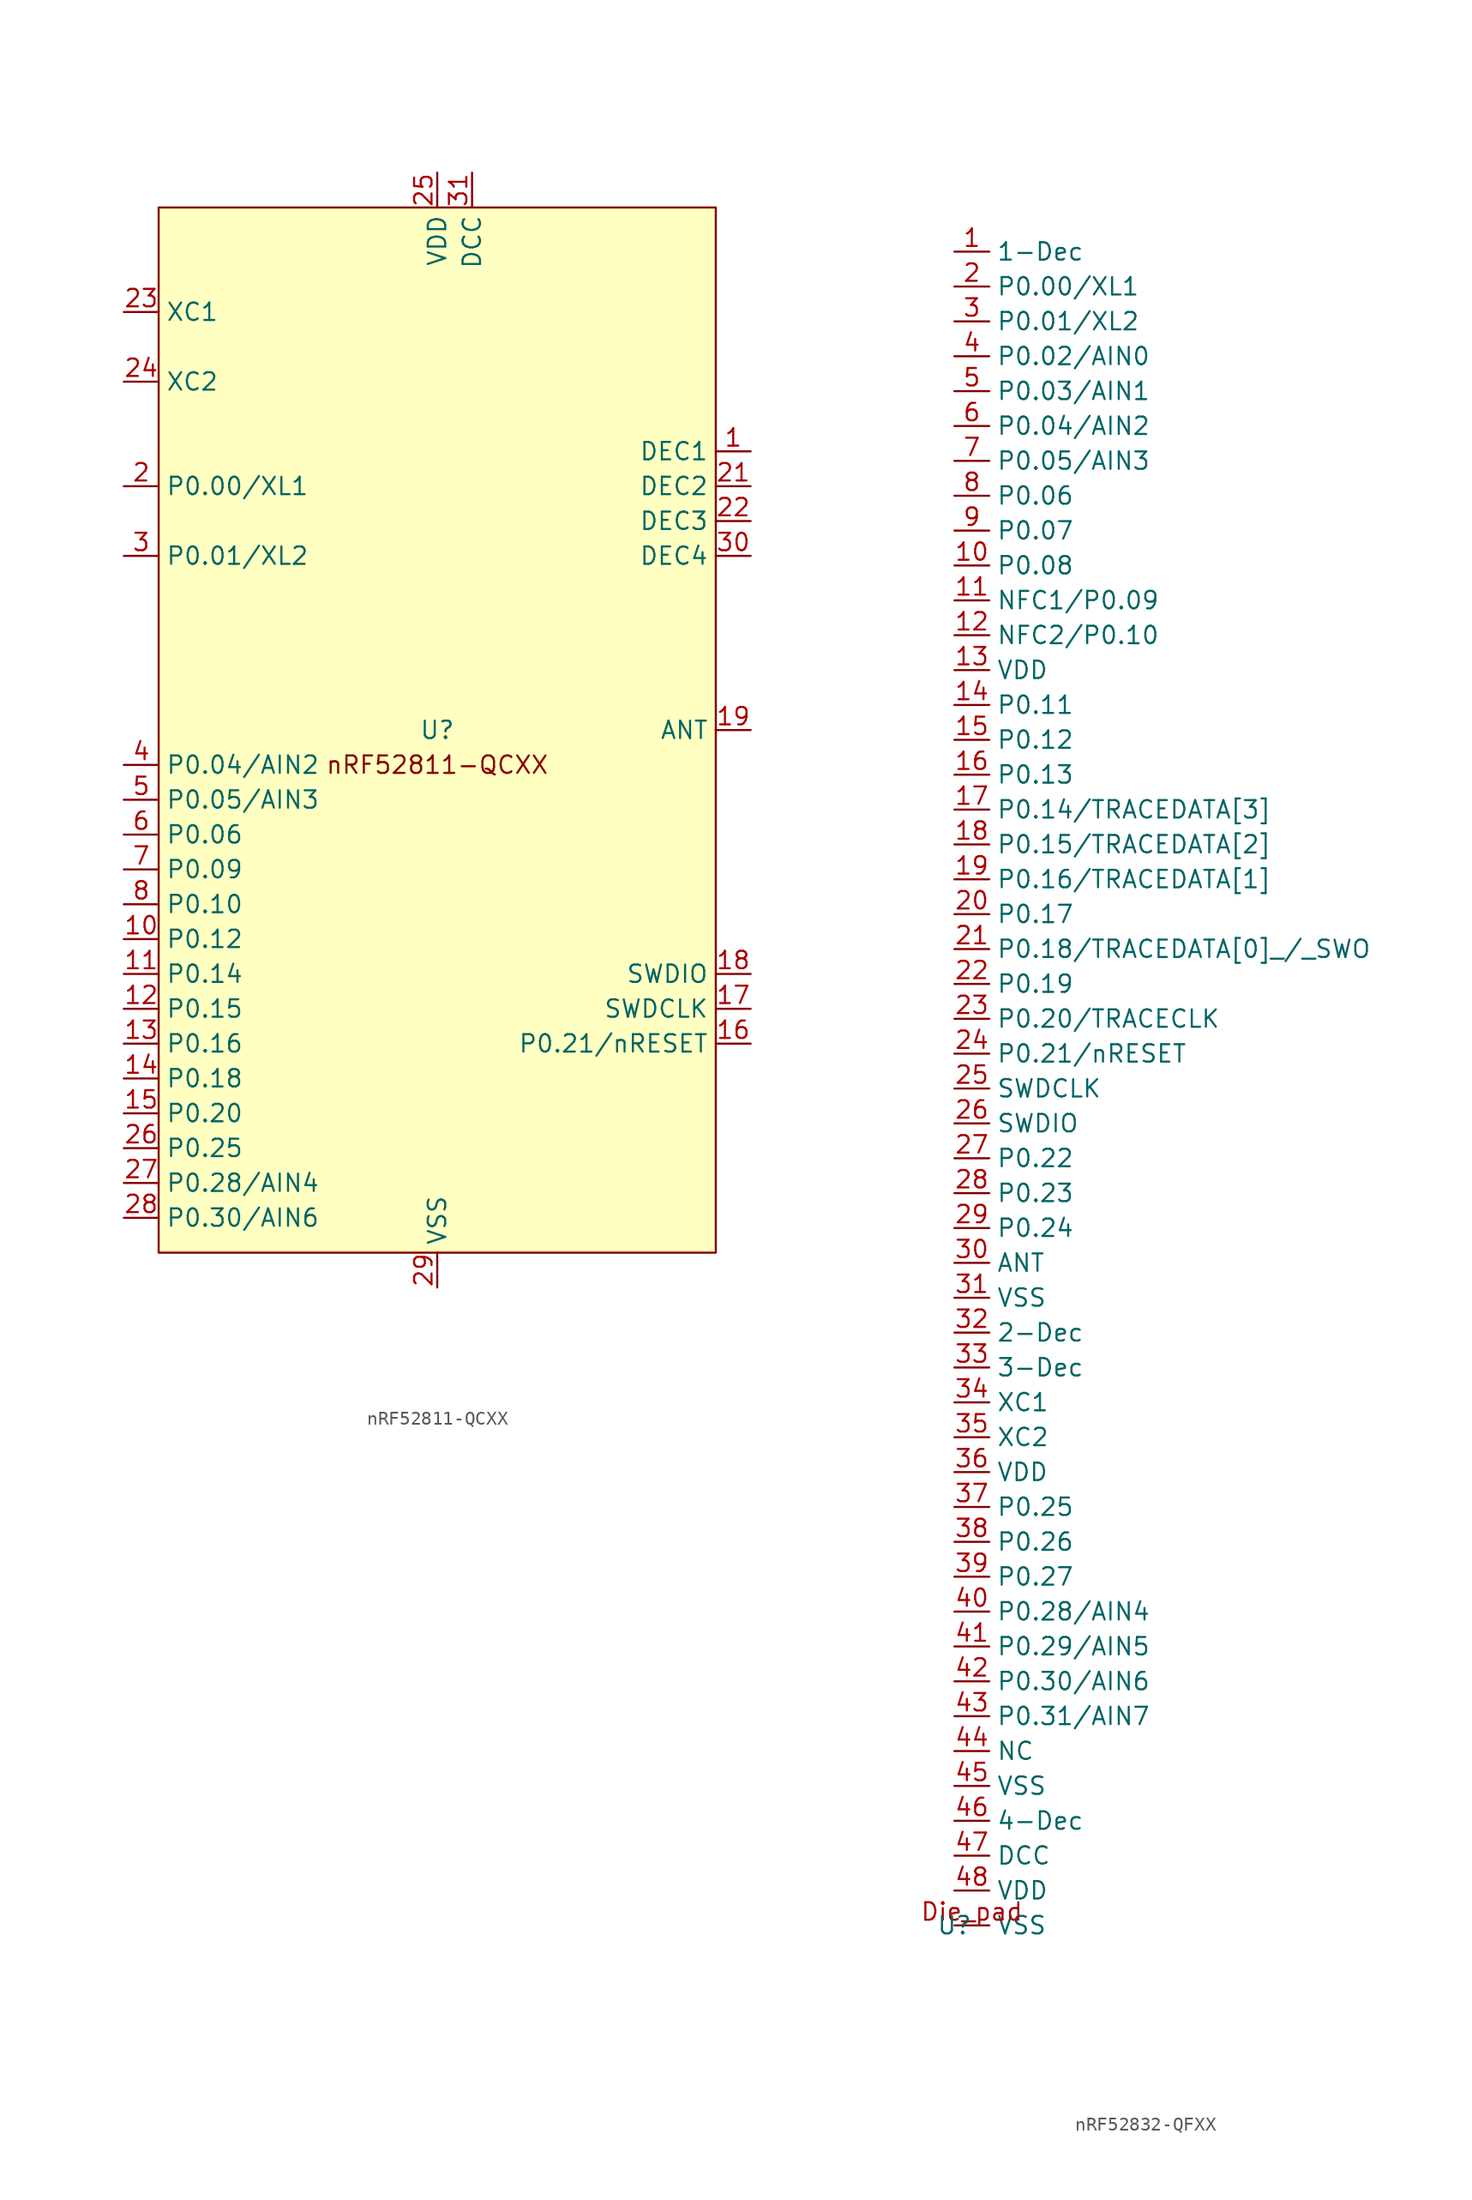
<source format=kicad_sym>
(kicad_symbol_lib
  (version 20220914)
  (generator kicad_symbol_editor)
  (symbol "nRF52811-QCXX"
    (property "Reference" "U"
      (at 0 0 0)
      (do_not_autoplace)
      (effects (font (size 1.27 1.27))))
    (property "Value" ""
      (at 0 0 0)
      (effects (font (size 1.27 1.27))))
    (symbol "nRF52811-QCXX_0_0"
      (pin unspecified line (at -22.86 -15.24 0) (length 2.54) (name "P0.12" (effects (font (size 1.27 1.27)))) (number "10" (effects (font (size 1.27 1.27)))))
      (pin unspecified line (at -22.86 -17.78 0) (length 2.54) (name "P0.14" (effects (font (size 1.27 1.27)))) (number "11" (effects (font (size 1.27 1.27)))))
      (pin unspecified line (at -22.86 -20.32 0) (length 2.54) (name "P0.15" (effects (font (size 1.27 1.27)))) (number "12" (effects (font (size 1.27 1.27)))))
      (pin unspecified line (at -22.86 -22.86 0) (length 2.54) (name "P0.16" (effects (font (size 1.27 1.27)))) (number "13" (effects (font (size 1.27 1.27)))))
      (pin unspecified line (at -22.86 -25.4 0) (length 2.54) (name "P0.18" (effects (font (size 1.27 1.27)))) (number "14" (effects (font (size 1.27 1.27)))))
      (pin unspecified line (at -22.86 -27.94 0) (length 2.54) (name "P0.20" (effects (font (size 1.27 1.27)))) (number "15" (effects (font (size 1.27 1.27)))))
      (pin unspecified line (at 22.86 -22.86 180) (length 2.54) (name "P0.21/nRESET" (effects (font (size 1.27 1.27)))) (number "16" (effects (font (size 1.27 1.27)))))
      (pin unspecified line (at 22.86 -20.32 180) (length 2.54) (name "SWDCLK" (effects (font (size 1.27 1.27)))) (number "17" (effects (font (size 1.27 1.27)))))
      (pin unspecified line (at 22.86 -17.78 180) (length 2.54) (name "SWDIO" (effects (font (size 1.27 1.27)))) (number "18" (effects (font (size 1.27 1.27)))))
      (pin unspecified line (at 22.86 0 180) (length 2.54) (name "ANT" (effects (font (size 1.27 1.27)))) (number "19" (effects (font (size 1.27 1.27)))))
      (pin unspecified line (at -22.86 17.78 0) (length 2.54) (name "P0.00/XL1" (effects (font (size 1.27 1.27)))) (number "2" (effects (font (size 1.27 1.27)))))
      (pin unspecified line (at -22.86 30.48 0) (length 2.54) (name "XC1" (effects (font (size 1.27 1.27)))) (number "23" (effects (font (size 1.27 1.27)))))
      (pin unspecified line (at -22.86 25.4 0) (length 2.54) (name "XC2" (effects (font (size 1.27 1.27)))) (number "24" (effects (font (size 1.27 1.27)))))
      (pin unspecified line (at -22.86 -30.48 0) (length 2.54) (name "P0.25" (effects (font (size 1.27 1.27)))) (number "26" (effects (font (size 1.27 1.27)))))
      (pin unspecified line (at -22.86 -33.02 0) (length 2.54) (name "P0.28/AIN4" (effects (font (size 1.27 1.27)))) (number "27" (effects (font (size 1.27 1.27)))))
      (pin unspecified line (at -22.86 -35.56 0) (length 2.54) (name "P0.30/AIN6" (effects (font (size 1.27 1.27)))) (number "28" (effects (font (size 1.27 1.27)))))
      (pin unspecified line (at 0 -40.64 90) (length 2.54) (name "VSS" (effects (font (size 1.27 1.27)))) (number "29" (effects (font (size 1.27 1.27)))))
      (pin unspecified line (at -22.86 12.7 0) (length 2.54) (name "P0.01/XL2" (effects (font (size 1.27 1.27)))) (number "3" (effects (font (size 1.27 1.27)))))
      (pin unspecified line (at 2.54 40.64 270) (length 2.54) (name "DCC" (effects (font (size 1.27 1.27)))) (number "31" (effects (font (size 1.27 1.27)))))
      (pin unspecified line (at -22.86 -2.54 0) (length 2.54) (name "P0.04/AIN2" (effects (font (size 1.27 1.27)))) (number "4" (effects (font (size 1.27 1.27)))))
      (pin unspecified line (at -22.86 -5.08 0) (length 2.54) (name "P0.05/AIN3" (effects (font (size 1.27 1.27)))) (number "5" (effects (font (size 1.27 1.27)))))
      (pin unspecified line (at -22.86 -7.62 0) (length 2.54) (name "P0.06" (effects (font (size 1.27 1.27)))) (number "6" (effects (font (size 1.27 1.27)))))
      (pin unspecified line (at -22.86 -10.16 0) (length 2.54) (name "P0.09" (effects (font (size 1.27 1.27)))) (number "7" (effects (font (size 1.27 1.27)))))
      (pin unspecified line (at -22.86 -12.7 0) (length 2.54) (name "P0.10" (effects (font (size 1.27 1.27)))) (number "8" (effects (font (size 1.27 1.27))))))
    (symbol "nRF52811-QCXX_1_0"
      (pin unspecified line (at 22.86 20.32 180) (length 2.54) (name "DEC1" (effects (font (size 1.27 1.27)))) (number "1" (effects (font (size 1.27 1.27)))))
      (pin unspecified line (at 0 -40.64 90) (length 2.54) hide (name "VSS" (effects (font (size 1.27 1.27)))) (number "20" (effects (font (size 1.27 1.27)))))
      (pin unspecified line (at 22.86 17.78 180) (length 2.54) (name "DEC2" (effects (font (size 1.27 1.27)))) (number "21" (effects (font (size 1.27 1.27)))))
      (pin unspecified line (at 22.86 15.24 180) (length 2.54) (name "DEC3" (effects (font (size 1.27 1.27)))) (number "22" (effects (font (size 1.27 1.27)))))
      (pin unspecified line (at 0 40.64 270) (length 2.54) (name "VDD" (effects (font (size 1.27 1.27)))) (number "25" (effects (font (size 1.27 1.27)))))
      (pin unspecified line (at 22.86 12.7 180) (length 2.54) (name "DEC4" (effects (font (size 1.27 1.27)))) (number "30" (effects (font (size 1.27 1.27)))))
      (pin unspecified line (at 0 40.64 270) (length 2.54) hide (name "VDD" (effects (font (size 1.27 1.27)))) (number "32" (effects (font (size 1.27 1.27)))))
      (pin unspecified line (at 0 40.64 270) (length 2.54) hide (name "VDD" (effects (font (size 1.27 1.27)))) (number "9" (effects (font (size 1.27 1.27)))))
      (pin unspecified line (at 0 -40.64 90) (length 2.54) hide (name "VSS" (effects (font (size 1.27 1.27)))) (number "EP" (effects (font (size 1.27 1.27))))))
    (symbol "nRF52811-QCXX_1_1"
      (rectangle (start -20.32 38.1) (end 20.32 -38.1) (stroke (width 0) (type default)) (fill (type background)))
      (text "nRF52811-QCXX" (at 0 -2.54 0) (effects (font (size 1.27 1.27))))))
  (symbol "nRF52832-QFXX"
    (property "Reference" "U"
      (at 0 -121.92 0)
      (effects (font (size 1.27 1.27))))
    (property "Value" ""
      (at 0 -121.92 0)
      (effects (font (size 1.27 1.27))))
    (symbol "nRF52832-QFXX_0_0"
      (pin unspecified line (at 0 0 0) (length 2.54) (name "1-Dec" (effects (font (size 1.27 1.27)))) (number "1" (effects (font (size 1.27 1.27)))))
      (pin unspecified line (at 0 -22.86 0) (length 2.54) (name "P0.08" (effects (font (size 1.27 1.27)))) (number "10" (effects (font (size 1.27 1.27)))))
      (pin unspecified line (at 0 -25.4 0) (length 2.54) (name "NFC1/P0.09" (effects (font (size 1.27 1.27)))) (number "11" (effects (font (size 1.27 1.27)))))
      (pin unspecified line (at 0 -27.94 0) (length 2.54) (name "NFC2/P0.10" (effects (font (size 1.27 1.27)))) (number "12" (effects (font (size 1.27 1.27)))))
      (pin unspecified line (at 0 -30.48 0) (length 2.54) (name "VDD" (effects (font (size 1.27 1.27)))) (number "13" (effects (font (size 1.27 1.27)))))
      (pin unspecified line (at 0 -33.02 0) (length 2.54) (name "P0.11" (effects (font (size 1.27 1.27)))) (number "14" (effects (font (size 1.27 1.27)))))
      (pin unspecified line (at 0 -35.56 0) (length 2.54) (name "P0.12" (effects (font (size 1.27 1.27)))) (number "15" (effects (font (size 1.27 1.27)))))
      (pin unspecified line (at 0 -38.1 0) (length 2.54) (name "P0.13" (effects (font (size 1.27 1.27)))) (number "16" (effects (font (size 1.27 1.27)))))
      (pin unspecified line (at 0 -40.64 0) (length 2.54) (name "P0.14/TRACEDATA[3]" (effects (font (size 1.27 1.27)))) (number "17" (effects (font (size 1.27 1.27)))))
      (pin unspecified line (at 0 -43.18 0) (length 2.54) (name "P0.15/TRACEDATA[2]" (effects (font (size 1.27 1.27)))) (number "18" (effects (font (size 1.27 1.27)))))
      (pin unspecified line (at 0 -45.72 0) (length 2.54) (name "P0.16/TRACEDATA[1]" (effects (font (size 1.27 1.27)))) (number "19" (effects (font (size 1.27 1.27)))))
      (pin unspecified line (at 0 -2.54 0) (length 2.54) (name "P0.00/XL1" (effects (font (size 1.27 1.27)))) (number "2" (effects (font (size 1.27 1.27)))))
      (pin unspecified line (at 0 -48.26 0) (length 2.54) (name "P0.17" (effects (font (size 1.27 1.27)))) (number "20" (effects (font (size 1.27 1.27)))))
      (pin unspecified line (at 0 -50.8 0) (length 2.54) (name "P0.18/TRACEDATA[0]_/_SWO" (effects (font (size 1.27 1.27)))) (number "21" (effects (font (size 1.27 1.27)))))
      (pin unspecified line (at 0 -53.34 0) (length 2.54) (name "P0.19" (effects (font (size 1.27 1.27)))) (number "22" (effects (font (size 1.27 1.27)))))
      (pin unspecified line (at 0 -55.88 0) (length 2.54) (name "P0.20/TRACECLK" (effects (font (size 1.27 1.27)))) (number "23" (effects (font (size 1.27 1.27)))))
      (pin unspecified line (at 0 -58.42 0) (length 2.54) (name "P0.21/nRESET" (effects (font (size 1.27 1.27)))) (number "24" (effects (font (size 1.27 1.27)))))
      (pin unspecified line (at 0 -60.96 0) (length 2.54) (name "SWDCLK" (effects (font (size 1.27 1.27)))) (number "25" (effects (font (size 1.27 1.27)))))
      (pin unspecified line (at 0 -63.5 0) (length 2.54) (name "SWDIO" (effects (font (size 1.27 1.27)))) (number "26" (effects (font (size 1.27 1.27)))))
      (pin unspecified line (at 0 -66.04 0) (length 2.54) (name "P0.22" (effects (font (size 1.27 1.27)))) (number "27" (effects (font (size 1.27 1.27)))))
      (pin unspecified line (at 0 -68.58 0) (length 2.54) (name "P0.23" (effects (font (size 1.27 1.27)))) (number "28" (effects (font (size 1.27 1.27)))))
      (pin unspecified line (at 0 -71.12 0) (length 2.54) (name "P0.24" (effects (font (size 1.27 1.27)))) (number "29" (effects (font (size 1.27 1.27)))))
      (pin unspecified line (at 0 -5.08 0) (length 2.54) (name "P0.01/XL2" (effects (font (size 1.27 1.27)))) (number "3" (effects (font (size 1.27 1.27)))))
      (pin unspecified line (at 0 -73.66 0) (length 2.54) (name "ANT" (effects (font (size 1.27 1.27)))) (number "30" (effects (font (size 1.27 1.27)))))
      (pin unspecified line (at 0 -76.2 0) (length 2.54) (name "VSS" (effects (font (size 1.27 1.27)))) (number "31" (effects (font (size 1.27 1.27)))))
      (pin unspecified line (at 0 -78.74 0) (length 2.54) (name "2-Dec" (effects (font (size 1.27 1.27)))) (number "32" (effects (font (size 1.27 1.27)))))
      (pin unspecified line (at 0 -81.28 0) (length 2.54) (name "3-Dec" (effects (font (size 1.27 1.27)))) (number "33" (effects (font (size 1.27 1.27)))))
      (pin unspecified line (at 0 -83.82 0) (length 2.54) (name "XC1" (effects (font (size 1.27 1.27)))) (number "34" (effects (font (size 1.27 1.27)))))
      (pin unspecified line (at 0 -86.36 0) (length 2.54) (name "XC2" (effects (font (size 1.27 1.27)))) (number "35" (effects (font (size 1.27 1.27)))))
      (pin unspecified line (at 0 -88.9 0) (length 2.54) (name "VDD" (effects (font (size 1.27 1.27)))) (number "36" (effects (font (size 1.27 1.27)))))
      (pin unspecified line (at 0 -91.44 0) (length 2.54) (name "P0.25" (effects (font (size 1.27 1.27)))) (number "37" (effects (font (size 1.27 1.27)))))
      (pin unspecified line (at 0 -93.98 0) (length 2.54) (name "P0.26" (effects (font (size 1.27 1.27)))) (number "38" (effects (font (size 1.27 1.27)))))
      (pin unspecified line (at 0 -96.52 0) (length 2.54) (name "P0.27" (effects (font (size 1.27 1.27)))) (number "39" (effects (font (size 1.27 1.27)))))
      (pin unspecified line (at 0 -7.62 0) (length 2.54) (name "P0.02/AIN0" (effects (font (size 1.27 1.27)))) (number "4" (effects (font (size 1.27 1.27)))))
      (pin unspecified line (at 0 -99.06 0) (length 2.54) (name "P0.28/AIN4" (effects (font (size 1.27 1.27)))) (number "40" (effects (font (size 1.27 1.27)))))
      (pin unspecified line (at 0 -101.6 0) (length 2.54) (name "P0.29/AIN5" (effects (font (size 1.27 1.27)))) (number "41" (effects (font (size 1.27 1.27)))))
      (pin unspecified line (at 0 -104.14 0) (length 2.54) (name "P0.30/AIN6" (effects (font (size 1.27 1.27)))) (number "42" (effects (font (size 1.27 1.27)))))
      (pin unspecified line (at 0 -106.68 0) (length 2.54) (name "P0.31/AIN7" (effects (font (size 1.27 1.27)))) (number "43" (effects (font (size 1.27 1.27)))))
      (pin unspecified line (at 0 -109.22 0) (length 2.54) (name "NC" (effects (font (size 1.27 1.27)))) (number "44" (effects (font (size 1.27 1.27)))))
      (pin unspecified line (at 0 -111.76 0) (length 2.54) (name "VSS" (effects (font (size 1.27 1.27)))) (number "45" (effects (font (size 1.27 1.27)))))
      (pin unspecified line (at 0 -114.3 0) (length 2.54) (name "4-Dec" (effects (font (size 1.27 1.27)))) (number "46" (effects (font (size 1.27 1.27)))))
      (pin unspecified line (at 0 -116.84 0) (length 2.54) (name "DCC" (effects (font (size 1.27 1.27)))) (number "47" (effects (font (size 1.27 1.27)))))
      (pin unspecified line (at 0 -119.38 0) (length 2.54) (name "VDD" (effects (font (size 1.27 1.27)))) (number "48" (effects (font (size 1.27 1.27)))))
      (pin unspecified line (at 0 -10.16 0) (length 2.54) (name "P0.03/AIN1" (effects (font (size 1.27 1.27)))) (number "5" (effects (font (size 1.27 1.27)))))
      (pin unspecified line (at 0 -12.7 0) (length 2.54) (name "P0.04/AIN2" (effects (font (size 1.27 1.27)))) (number "6" (effects (font (size 1.27 1.27)))))
      (pin unspecified line (at 0 -15.24 0) (length 2.54) (name "P0.05/AIN3" (effects (font (size 1.27 1.27)))) (number "7" (effects (font (size 1.27 1.27)))))
      (pin unspecified line (at 0 -17.78 0) (length 2.54) (name "P0.06" (effects (font (size 1.27 1.27)))) (number "8" (effects (font (size 1.27 1.27)))))
      (pin unspecified line (at 0 -20.32 0) (length 2.54) (name "P0.07" (effects (font (size 1.27 1.27)))) (number "9" (effects (font (size 1.27 1.27)))))
      (pin unspecified line (at 0 -121.92 0) (length 2.54) (name "VSS" (effects (font (size 1.27 1.27)))) (number "Die_pad" (effects (font (size 1.27 1.27))))))))
</source>
